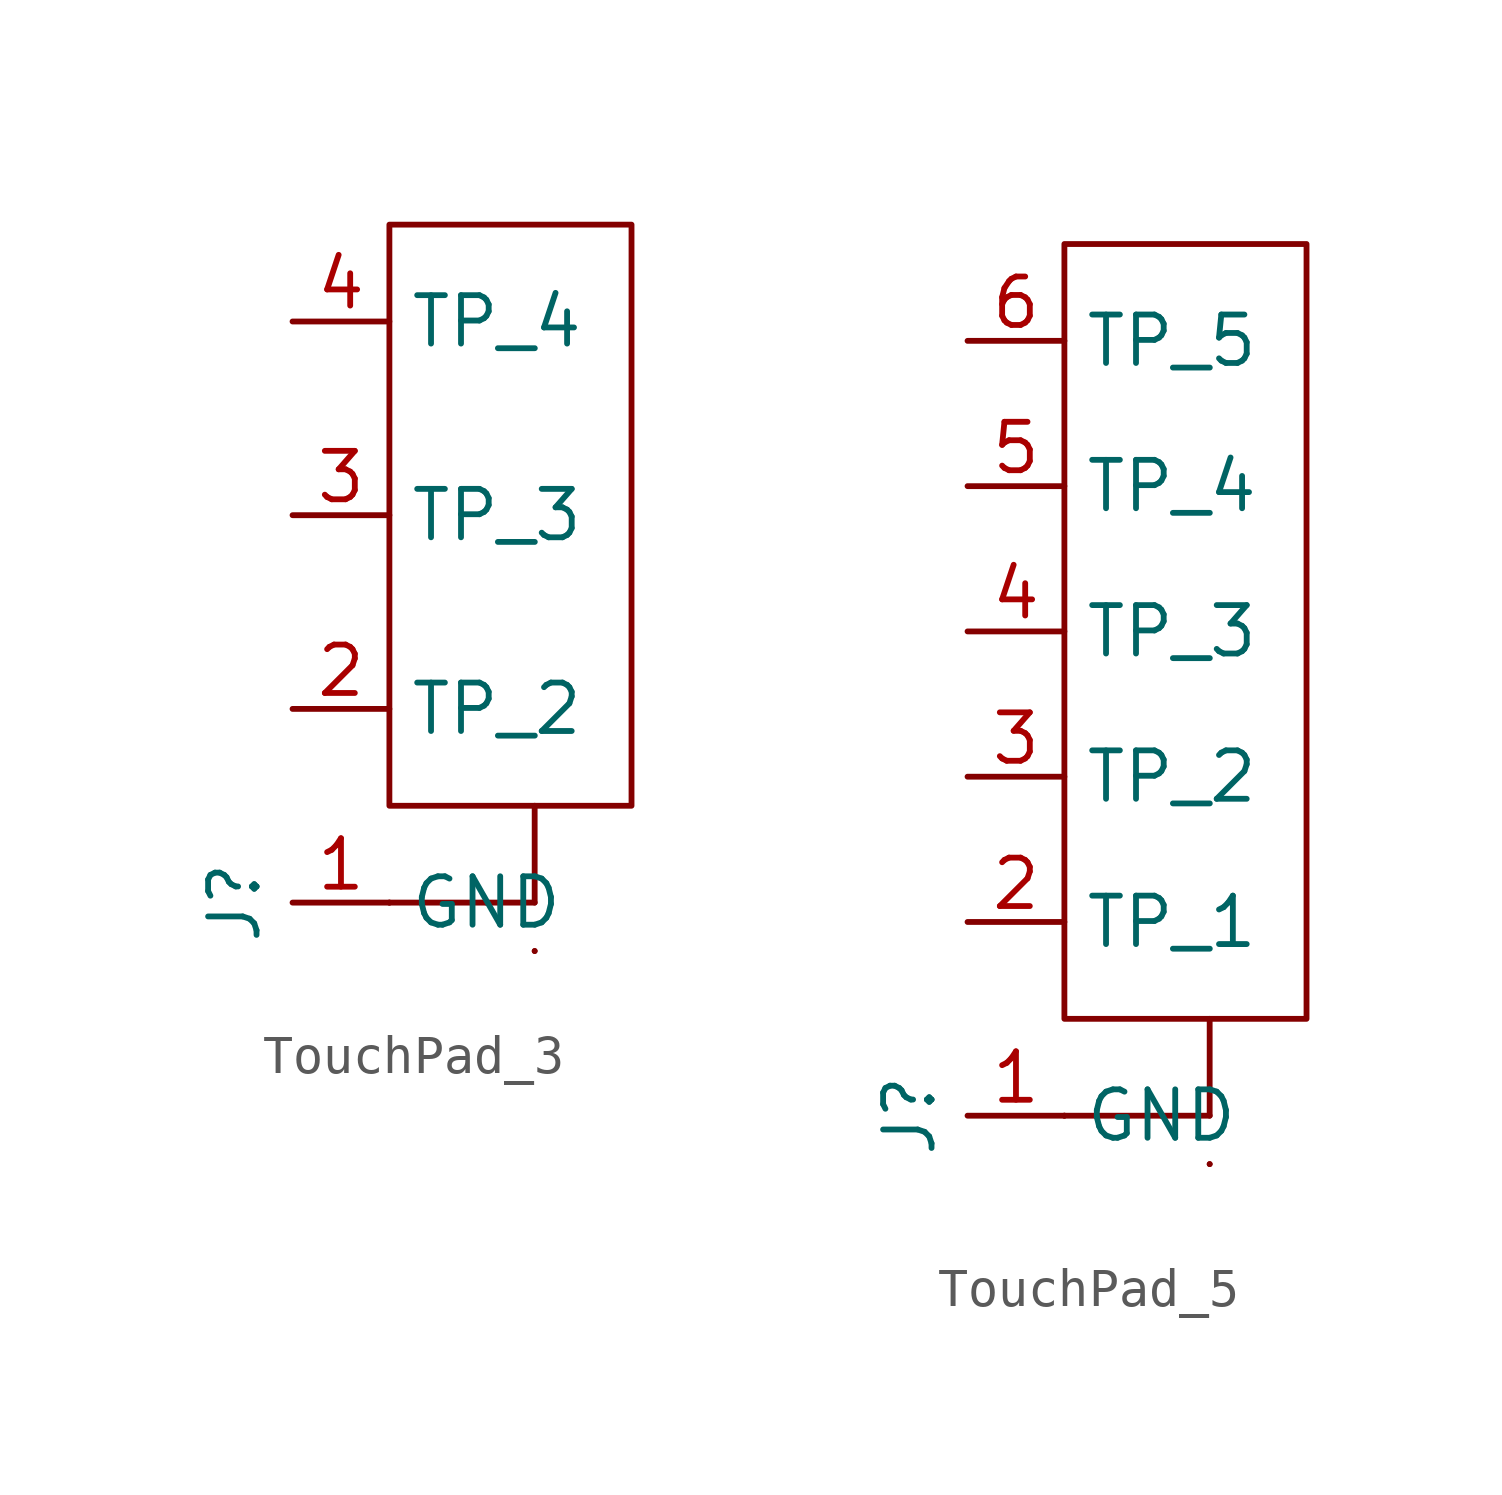
<source format=kicad_sym>
(kicad_symbol_lib
  (version 20231120)
  (generator "kicad_symbol_editor")
  (generator_version "8.0")
  (symbol "TouchPad_3"
    (property "Reference" "J"
      (at -1.524 0 90)
      (effects (font (size 1.27 1.27))))
    (property "Value" ""
      (at 2.54 0 90)
      (effects (font (size 1.27 1.27))))
    (symbol "TouchPad_3_0_1"
      (polyline (pts (xy 2.54 0) (xy 2.54 0)) (stroke (width 0) (type default)) (fill (type none)))
      (polyline (pts (xy 2.54 0) (xy 6.35 0)) (stroke (width 0) (type default)) (fill (type none)))
      (polyline (pts (xy 5.08 0) (xy 5.08 0)) (stroke (width 0) (type default)) (fill (type none)))
      (polyline (pts (xy 6.35 -1.27) (xy 6.35 -1.27)) (stroke (width 0) (type default)) (fill (type none)))
      (polyline (pts (xy 6.35 -1.27) (xy 6.35 -1.27)) (stroke (width 0) (type default)) (fill (type none)))
      (polyline (pts (xy 6.35 0) (xy 6.35 2.54)) (stroke (width 0) (type default)) (fill (type none)))
      (rectangle (start 8.89 2.54) (end 2.54 17.78) (stroke (width 0) (type default)) (fill (type none))))
    (symbol "TouchPad_3_1_1"
      (pin bidirectional line (at 0 0 0) (length 2.54) (name "GND" (effects (font (size 1.27 1.27)))) (number "1" (effects (font (size 1.27 1.27)))))
      (pin bidirectional line (at 0 5.08 0) (length 2.54) (name "TP_2" (effects (font (size 1.27 1.27)))) (number "2" (effects (font (size 1.27 1.27)))))
      (pin bidirectional line (at 0 10.16 0) (length 2.54) (name "TP_3" (effects (font (size 1.27 1.27)))) (number "3" (effects (font (size 1.27 1.27)))))
      (pin bidirectional line (at 0 15.24 0) (length 2.54) (name "TP_4" (effects (font (size 1.27 1.27)))) (number "4" (effects (font (size 1.27 1.27)))))))
  (symbol "TouchPad_5"
    (property "Reference" "J"
      (at -1.524 0 90)
      (effects (font (size 1.27 1.27))))
    (property "Value" ""
      (at 2.54 0 90)
      (effects (font (size 1.27 1.27))))
    (symbol "TouchPad_5_0_1"
      (polyline (pts (xy 2.54 0) (xy 2.54 0)) (stroke (width 0) (type default)) (fill (type none)))
      (polyline (pts (xy 2.54 0) (xy 6.35 0)) (stroke (width 0) (type default)) (fill (type none)))
      (polyline (pts (xy 5.08 0) (xy 5.08 0)) (stroke (width 0) (type default)) (fill (type none)))
      (polyline (pts (xy 6.35 -1.27) (xy 6.35 -1.27)) (stroke (width 0) (type default)) (fill (type none)))
      (polyline (pts (xy 6.35 -1.27) (xy 6.35 -1.27)) (stroke (width 0) (type default)) (fill (type none)))
      (polyline (pts (xy 6.35 0) (xy 6.35 2.54)) (stroke (width 0) (type default)) (fill (type none)))
      (rectangle (start 2.54 22.86) (end 8.89 2.54) (stroke (width 0) (type default)) (fill (type none))))
    (symbol "TouchPad_5_1_1"
      (pin bidirectional line (at 0 0 0) (length 2.54) (name "GND" (effects (font (size 1.27 1.27)))) (number "1" (effects (font (size 1.27 1.27)))))
      (pin bidirectional line (at 0 5.08 0) (length 2.54) (name "TP_1" (effects (font (size 1.27 1.27)))) (number "2" (effects (font (size 1.27 1.27)))))
      (pin bidirectional line (at 0 8.89 0) (length 2.54) (name "TP_2" (effects (font (size 1.27 1.27)))) (number "3" (effects (font (size 1.27 1.27)))))
      (pin bidirectional line (at 0 12.7 0) (length 2.54) (name "TP_3" (effects (font (size 1.27 1.27)))) (number "4" (effects (font (size 1.27 1.27)))))
      (pin bidirectional line (at 0 16.51 0) (length 2.54) (name "TP_4" (effects (font (size 1.27 1.27)))) (number "5" (effects (font (size 1.27 1.27)))))
      (pin bidirectional line (at 0 20.32 0) (length 2.54) (name "TP_5" (effects (font (size 1.27 1.27)))) (number "6" (effects (font (size 1.27 1.27))))))))
</source>
